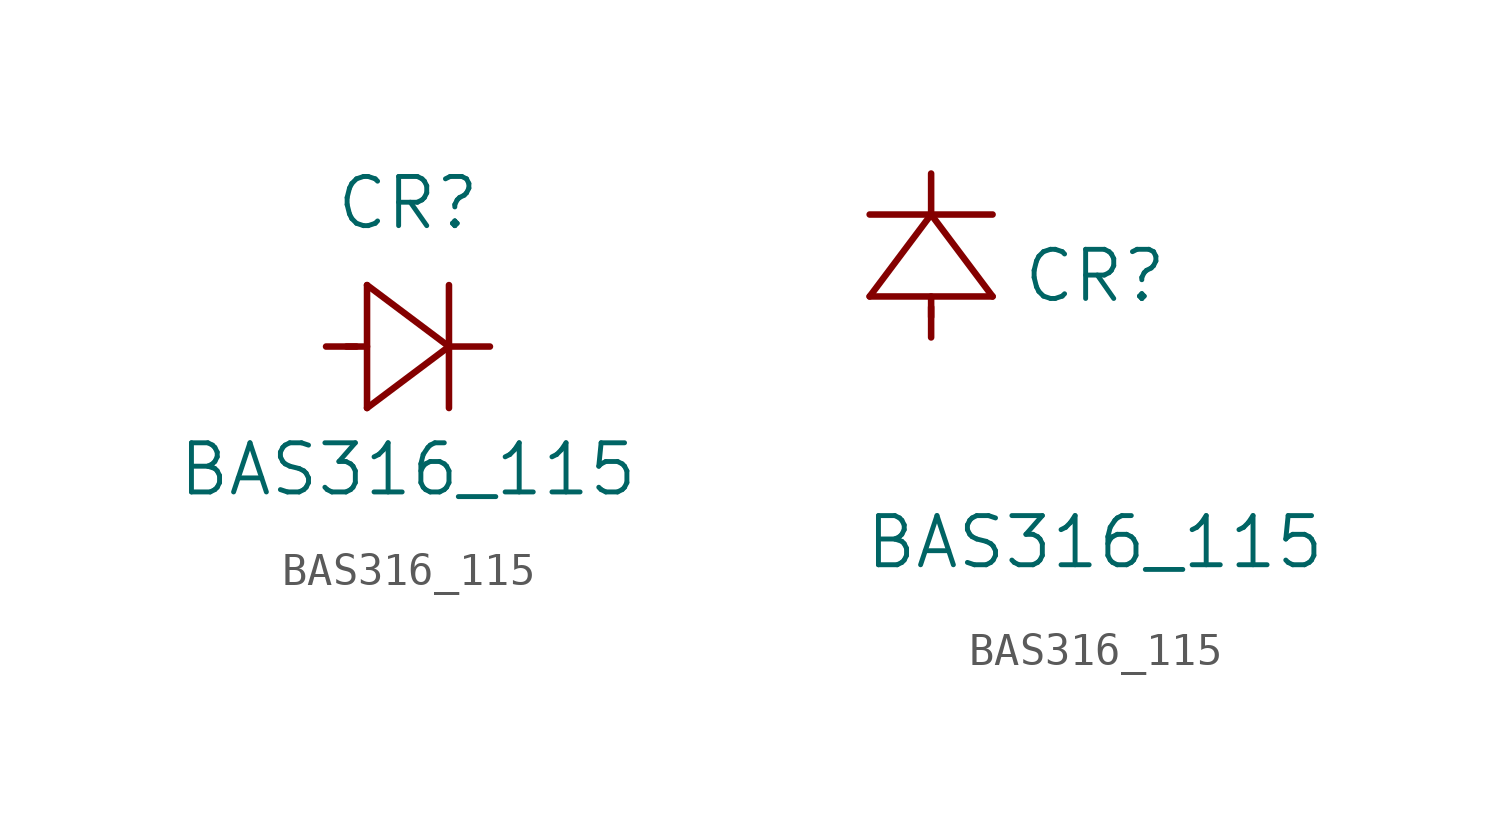
<source format=kicad_sym>
(kicad_symbol_lib
  (version 20211014)
  (generator kicad_symbol_editor)
  (symbol "BAS316_115"
    (pin_names
      (offset 0.254))
    (property "Reference" "CR"
      (at 5.08 4.445 0)
      (effects (font (size 1.524 1.524))))
    (property "Value" "BAS316_115"
      (at 5.08 -3.81 0)
      (effects (font (size 1.524 1.524))))
    (symbol "BAS316_115_1_1"
      (polyline (pts (xy 2.54 0) (xy 3.48 0)) (stroke (width .2032) (type default) (color 0 0 0 0)) (fill (type none)))
      (polyline (pts (xy 3.81 1.905) (xy 3.81 -1.905)) (stroke (width .2032) (type default) (color 0 0 0 0)) (fill (type none)))
      (polyline (pts (xy 3.175 0) (xy 3.81 0)) (stroke (width .2032) (type default) (color 0 0 0 0)) (fill (type none)))
      (polyline (pts (xy 6.35 -1.905) (xy 6.35 1.905)) (stroke (width .2032) (type default) (color 0 0 0 0)) (fill (type none)))
      (polyline (pts (xy 6.35 0) (xy 7.62 0)) (stroke (width .2032) (type default) (color 0 0 0 0)) (fill (type none)))
      (polyline (pts (xy 6.35 0) (xy 3.81 1.905)) (stroke (width .2032) (type default) (color 0 0 0 0)) (fill (type none)))
      (polyline (pts (xy 3.81 -1.905) (xy 6.35 0)) (stroke (width .2032) (type default) (color 0 0 0 0)) (fill (type none))))
    (symbol "BAS316_115_1_2"
      (polyline (pts (xy 0 2.54) (xy 0 3.48)) (stroke (width .2032) (type default) (color 0 0 0 0)) (fill (type none)))
      (polyline (pts (xy -1.905 3.81) (xy 1.905 3.81)) (stroke (width .2032) (type default) (color 0 0 0 0)) (fill (type none)))
      (polyline (pts (xy 0 3.175) (xy 0 3.81)) (stroke (width .2032) (type default) (color 0 0 0 0)) (fill (type none)))
      (polyline (pts (xy 1.905 6.35) (xy -1.905 6.35)) (stroke (width .2032) (type default) (color 0 0 0 0)) (fill (type none)))
      (polyline (pts (xy 0 6.35) (xy 0 7.62)) (stroke (width .2032) (type default) (color 0 0 0 0)) (fill (type none)))
      (polyline (pts (xy 0 6.35) (xy -1.905 3.81)) (stroke (width .2032) (type default) (color 0 0 0 0)) (fill (type none)))
      (polyline (pts (xy 1.905 3.81) (xy 0 6.35)) (stroke (width .2032) (type default) (color 0 0 0 0)) (fill (type none))))))
</source>
